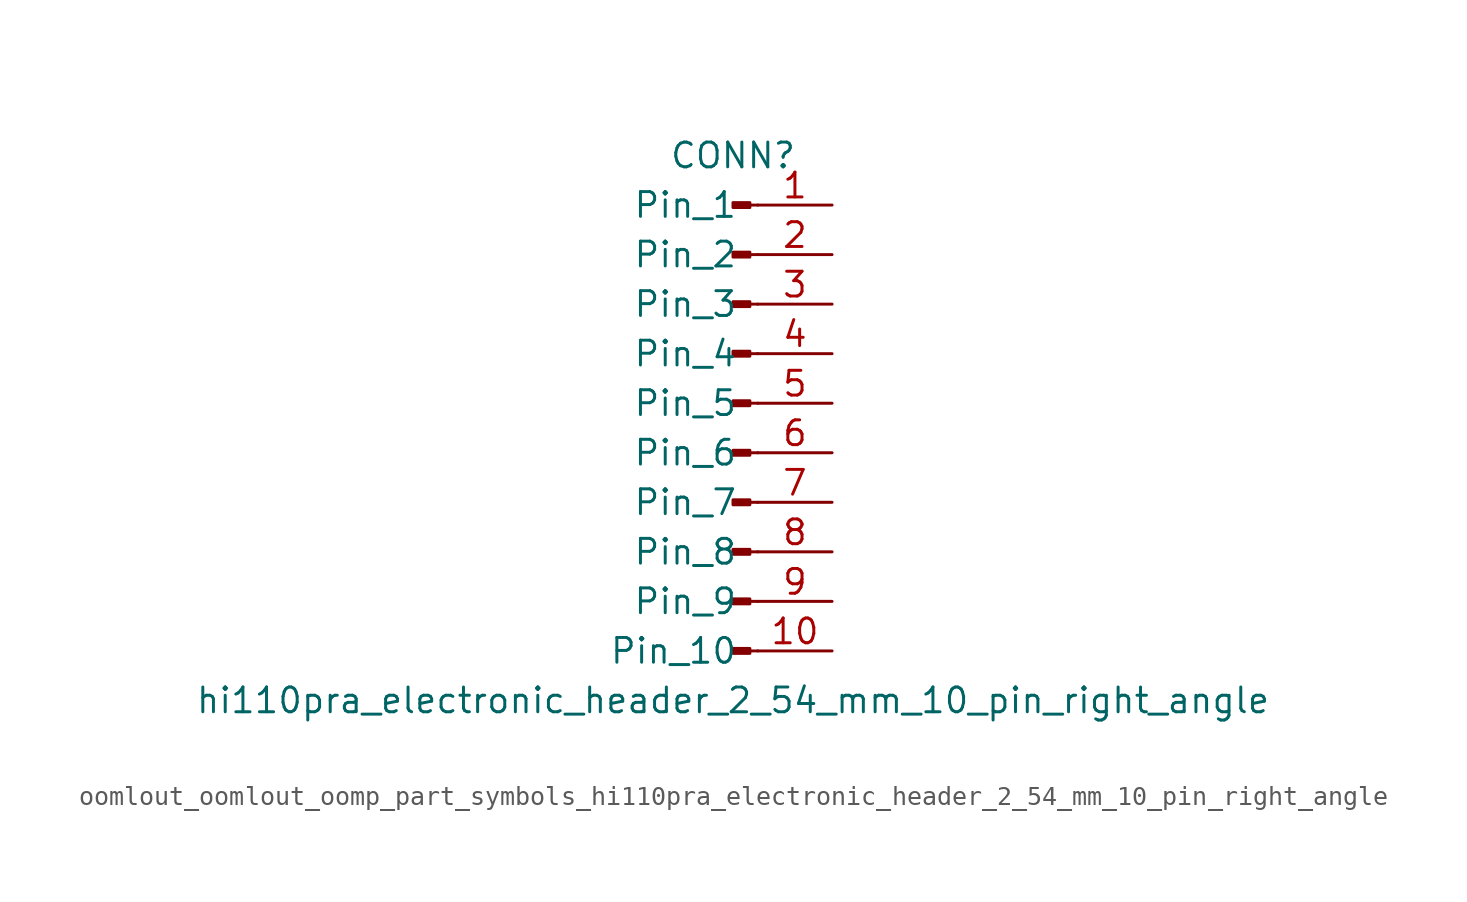
<source format=kicad_sym>
(kicad_symbol_lib
  (version 20220914)
  (generator kicad_symbol_editor)
  (symbol "oomlout_oomlout_oomp_part_symbols_hi110pra_electronic_header_2_54_mm_10_pin_right_angle"
    (pin_names
      (offset 1.016))
    (property "Reference" "CONN"
      (at 0 12.7 0)
      (effects (font (size 1.27 1.27))))
    (property "Value" "hi110pra_electronic_header_2_54_mm_10_pin_right_angle"
      (at 0 -15.24 0)
      (effects (font (size 1.27 1.27))))
    (property "ki_locked" ""
      (at 0 0 0)
      (effects (font (size 1.27 1.27))))
    (symbol "oomlout_oomlout_oomp_part_symbols_hi110pra_electronic_header_2_54_mm_10_pin_right_angle_1_1"
      (polyline (pts (xy 1.27 -12.7) (xy 0.864 -12.7)) (stroke (width 0.152) (type default)) (fill (type none)))
      (polyline (pts (xy 1.27 -10.16) (xy 0.864 -10.16)) (stroke (width 0.152) (type default)) (fill (type none)))
      (polyline (pts (xy 1.27 -7.62) (xy 0.864 -7.62)) (stroke (width 0.152) (type default)) (fill (type none)))
      (polyline (pts (xy 1.27 -5.08) (xy 0.864 -5.08)) (stroke (width 0.152) (type default)) (fill (type none)))
      (polyline (pts (xy 1.27 -2.54) (xy 0.864 -2.54)) (stroke (width 0.152) (type default)) (fill (type none)))
      (polyline (pts (xy 1.27 0) (xy 0.864 0)) (stroke (width 0.152) (type default)) (fill (type none)))
      (polyline (pts (xy 1.27 2.54) (xy 0.864 2.54)) (stroke (width 0.152) (type default)) (fill (type none)))
      (polyline (pts (xy 1.27 5.08) (xy 0.864 5.08)) (stroke (width 0.152) (type default)) (fill (type none)))
      (polyline (pts (xy 1.27 7.62) (xy 0.864 7.62)) (stroke (width 0.152) (type default)) (fill (type none)))
      (polyline (pts (xy 1.27 10.16) (xy 0.864 10.16)) (stroke (width 0.152) (type default)) (fill (type none)))
      (rectangle (start 0.864 -12.573) (end 0 -12.827) (stroke (width 0.152) (type default)) (fill (type outline)))
      (rectangle (start 0.864 -10.033) (end 0 -10.287) (stroke (width 0.152) (type default)) (fill (type outline)))
      (rectangle (start 0.864 -7.493) (end 0 -7.747) (stroke (width 0.152) (type default)) (fill (type outline)))
      (rectangle (start 0.864 -4.953) (end 0 -5.207) (stroke (width 0.152) (type default)) (fill (type outline)))
      (rectangle (start 0.864 -2.413) (end 0 -2.667) (stroke (width 0.152) (type default)) (fill (type outline)))
      (rectangle (start 0.864 0.127) (end 0 -0.127) (stroke (width 0.152) (type default)) (fill (type outline)))
      (rectangle (start 0.864 2.667) (end 0 2.413) (stroke (width 0.152) (type default)) (fill (type outline)))
      (rectangle (start 0.864 5.207) (end 0 4.953) (stroke (width 0.152) (type default)) (fill (type outline)))
      (rectangle (start 0.864 7.747) (end 0 7.493) (stroke (width 0.152) (type default)) (fill (type outline)))
      (rectangle (start 0.864 10.287) (end 0 10.033) (stroke (width 0.152) (type default)) (fill (type outline)))
      (pin passive line (at 5.08 10.16 180) (length 3.81) (name "Pin_1" (effects (font (size 1.27 1.27)))) (number "1" (effects (font (size 1.27 1.27)))))
      (pin passive line (at 5.08 -12.7 180) (length 3.81) (name "Pin_10" (effects (font (size 1.27 1.27)))) (number "10" (effects (font (size 1.27 1.27)))))
      (pin passive line (at 5.08 7.62 180) (length 3.81) (name "Pin_2" (effects (font (size 1.27 1.27)))) (number "2" (effects (font (size 1.27 1.27)))))
      (pin passive line (at 5.08 5.08 180) (length 3.81) (name "Pin_3" (effects (font (size 1.27 1.27)))) (number "3" (effects (font (size 1.27 1.27)))))
      (pin passive line (at 5.08 2.54 180) (length 3.81) (name "Pin_4" (effects (font (size 1.27 1.27)))) (number "4" (effects (font (size 1.27 1.27)))))
      (pin passive line (at 5.08 0 180) (length 3.81) (name "Pin_5" (effects (font (size 1.27 1.27)))) (number "5" (effects (font (size 1.27 1.27)))))
      (pin passive line (at 5.08 -2.54 180) (length 3.81) (name "Pin_6" (effects (font (size 1.27 1.27)))) (number "6" (effects (font (size 1.27 1.27)))))
      (pin passive line (at 5.08 -5.08 180) (length 3.81) (name "Pin_7" (effects (font (size 1.27 1.27)))) (number "7" (effects (font (size 1.27 1.27)))))
      (pin passive line (at 5.08 -7.62 180) (length 3.81) (name "Pin_8" (effects (font (size 1.27 1.27)))) (number "8" (effects (font (size 1.27 1.27)))))
      (pin passive line (at 5.08 -10.16 180) (length 3.81) (name "Pin_9" (effects (font (size 1.27 1.27)))) (number "9" (effects (font (size 1.27 1.27))))))))
</source>
